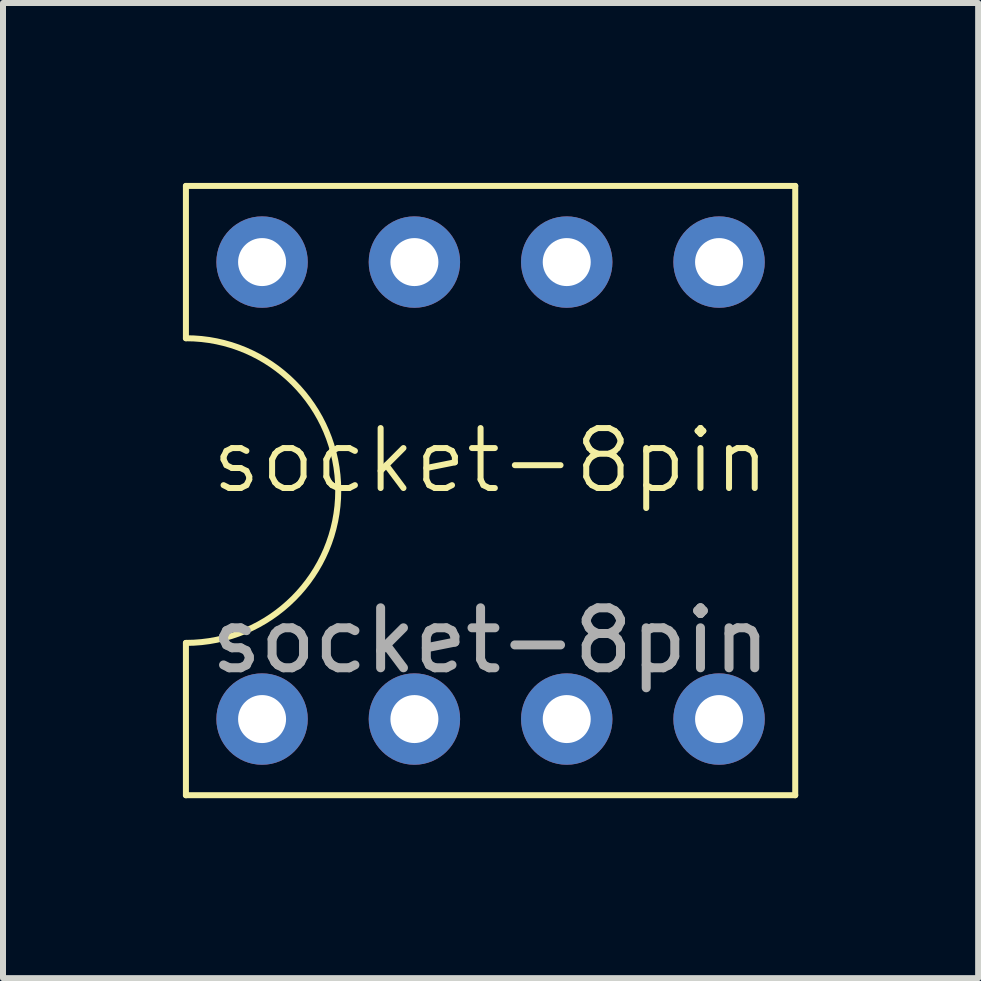
<source format=kicad_pcb>
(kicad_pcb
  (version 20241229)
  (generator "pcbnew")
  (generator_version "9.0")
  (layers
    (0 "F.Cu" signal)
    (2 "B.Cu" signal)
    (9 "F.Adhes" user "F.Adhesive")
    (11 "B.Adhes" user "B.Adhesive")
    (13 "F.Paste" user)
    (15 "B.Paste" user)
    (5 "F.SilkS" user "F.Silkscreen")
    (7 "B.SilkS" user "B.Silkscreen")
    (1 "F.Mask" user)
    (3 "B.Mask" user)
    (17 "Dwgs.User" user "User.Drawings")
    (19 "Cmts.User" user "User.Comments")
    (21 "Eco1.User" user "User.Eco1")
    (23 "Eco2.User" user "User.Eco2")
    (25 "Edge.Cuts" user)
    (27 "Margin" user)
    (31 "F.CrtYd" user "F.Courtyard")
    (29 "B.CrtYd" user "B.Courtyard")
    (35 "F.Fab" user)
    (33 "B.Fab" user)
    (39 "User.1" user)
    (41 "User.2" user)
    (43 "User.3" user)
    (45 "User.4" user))
  (footprint "socket-8pin"
    (layer "F.Cu")
    (at 5.13 5.13)
    (property "Reference" "socket-8pin" (at 0 -0.5 0) (unlocked yes) (layer "F.SilkS") (effects (font (size 1 1) (thickness 0.1))))
    (attr through_hole)
    (fp_line (start -5.08 -5.08) (end 5.08 -5.08) (stroke (width 0.1) (type default)) (layer "F.SilkS"))
    (fp_line (start -5.08 -2.54) (end -5.08 -5.08) (stroke (width 0.1) (type default)) (layer "F.SilkS"))
    (fp_line (start -5.08 5.08) (end -5.08 2.54) (stroke (width 0.1) (type default)) (layer "F.SilkS"))
    (fp_line (start 5.08 -5.08) (end 5.08 5.08) (stroke (width 0.1) (type default)) (layer "F.SilkS"))
    (fp_line (start 5.08 5.08) (end -5.08 5.08) (stroke (width 0.1) (type default)) (layer "F.SilkS"))
    (fp_arc (start -5.08 -2.54) (mid -2.54 0) (end -5.08 2.54) (stroke (width 0.1) (type default)) (layer "F.SilkS"))
    (fp_text user "${REFERENCE}" (at 0 2.5 0) (unlocked yes) (layer "F.Fab") (effects (font (size 1 1) (thickness 0.15))))
    (pad "1" thru_hole circle (at -3.81 3.81) (size 1.524 1.524) (drill 0.8) (layers "*.Cu" "*.Mask"))
    (pad "2" thru_hole circle (at -1.27 3.81) (size 1.524 1.524) (drill 0.8) (layers "*.Cu" "*.Mask"))
    (pad "3" thru_hole circle (at 1.27 3.81) (size 1.524 1.524) (drill 0.8) (layers "*.Cu" "*.Mask"))
    (pad "4" thru_hole circle (at 3.81 3.81) (size 1.524 1.524) (drill 0.8) (layers "*.Cu" "*.Mask"))
    (pad "5" thru_hole circle (at -3.81 -3.81) (size 1.524 1.524) (drill 0.8) (layers "*.Cu" "*.Mask"))
    (pad "6" thru_hole circle (at -1.27 -3.81) (size 1.524 1.524) (drill 0.8) (layers "*.Cu" "*.Mask"))
    (pad "7" thru_hole circle (at 1.27 -3.81) (size 1.524 1.524) (drill 0.8) (layers "*.Cu" "*.Mask"))
    (pad "8" thru_hole circle (at 3.81 -3.81) (size 1.524 1.524) (drill 0.8) (layers "*.Cu" "*.Mask")))
  (gr_rect
    (start -3 -3)
    (end 13.26 13.26)
    (stroke (width 0.1) (type default))
    (fill no)
    (layer "Edge.Cuts")))
</source>
